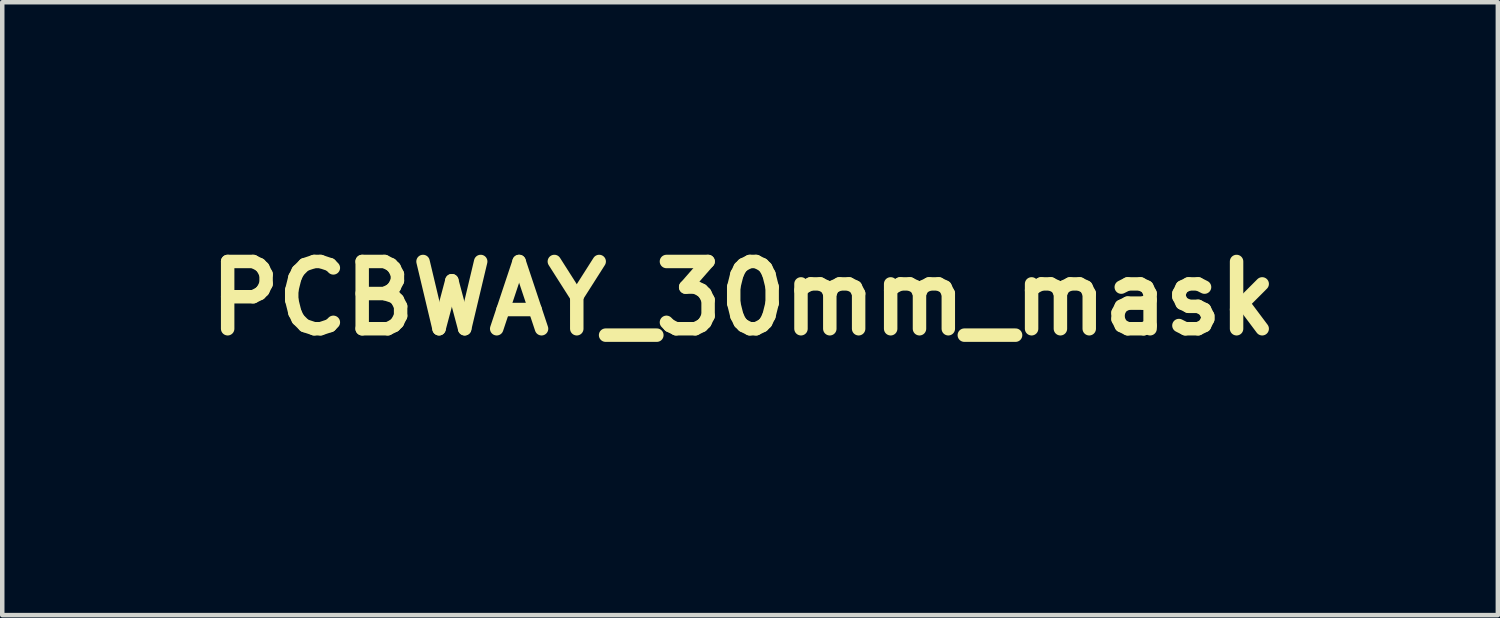
<source format=kicad_pcb>
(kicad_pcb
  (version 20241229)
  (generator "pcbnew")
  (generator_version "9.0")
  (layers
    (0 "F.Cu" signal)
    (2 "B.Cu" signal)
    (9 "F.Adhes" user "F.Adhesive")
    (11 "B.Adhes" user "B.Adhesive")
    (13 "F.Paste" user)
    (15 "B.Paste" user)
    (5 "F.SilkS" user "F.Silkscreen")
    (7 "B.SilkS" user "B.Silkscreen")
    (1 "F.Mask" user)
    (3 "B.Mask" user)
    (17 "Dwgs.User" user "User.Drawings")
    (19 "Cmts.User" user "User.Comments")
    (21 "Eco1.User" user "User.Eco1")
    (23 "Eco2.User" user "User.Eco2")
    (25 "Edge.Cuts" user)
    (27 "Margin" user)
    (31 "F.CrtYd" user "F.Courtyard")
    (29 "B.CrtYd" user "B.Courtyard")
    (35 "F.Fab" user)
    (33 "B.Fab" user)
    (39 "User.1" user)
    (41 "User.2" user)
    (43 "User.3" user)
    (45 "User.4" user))
  (footprint "PCBWAY_30mm_mask"
    (layer "F.Cu")
    (at 13.527 3.603)
    (property "Reference" "PCBWAY_30mm_mask" (at 0 0 0) (layer "F.SilkS") (effects (font (size 1.5 1.5) (thickness 0.3))))
    (attr board_only exclude_from_pos_files exclude_from_bom)
    (fp_poly (pts (xy -11.66 -3.49) (xy -11.242 -3.484) (xy -10.911 -3.477) (xy -10.655 -3.468) (xy -10.462 -3.457) (xy -10.319 -3.442) (xy -10.214 -3.423) (xy -10.133 -3.399) (xy -10.098 -3.385) (xy -9.814 -3.226) (xy -9.6 -3.025) (xy -9.429 -2.755) (xy -9.423 -2.743) (xy -9.343 -2.569) (xy -9.296 -2.421) (xy -9.274 -2.257) (xy -9.268 -2.037) (xy -9.268 -2.018) (xy -9.3 -1.614) (xy -9.397 -1.28) (xy -9.566 -1.006) (xy -9.813 -0.783) (xy -10.054 -0.642) (xy -10.182 -0.581) (xy -10.292 -0.537) (xy -10.406 -0.506) (xy -10.545 -0.485) (xy -10.728 -0.471) (xy -10.977 -0.46) (xy -11.182 -0.453) (xy -11.98 -0.425) (xy -11.99 0.475) (xy -11.999 1.375) (xy -12.476 1.39) (xy -12.686 1.394) (xy -12.857 1.389) (xy -12.965 1.378) (xy -12.989 1.37) (xy -12.997 1.314) (xy -13.003 1.168) (xy -13.009 0.942) (xy -13.015 0.645) (xy -13.019 0.287) (xy -13.023 -0.122) (xy -13.025 -0.571) (xy -13.026 -1.052) (xy -13.026 -1.088) (xy -13.026 -2.65) (xy -11.974 -2.65) (xy -11.974 -1.969) (xy -11.974 -1.287) (xy -11.41 -1.31) (xy -11.081 -1.33) (xy -10.84 -1.364) (xy -10.679 -1.412) (xy -10.669 -1.417) (xy -10.478 -1.555) (xy -10.361 -1.74) (xy -10.314 -1.948) (xy -10.338 -2.16) (xy -10.429 -2.354) (xy -10.586 -2.509) (xy -10.762 -2.591) (xy -10.898 -2.617) (xy -11.101 -2.637) (xy -11.337 -2.648) (xy -11.466 -2.65) (xy -11.974 -2.65) (xy -13.026 -2.65) (xy -13.026 -3.508)) (stroke (width 0) (type solid)) (fill yes) (layer "F.Mask"))
    (fp_poly (pts (xy -6.392 -3.437) (xy -6.107 -3.406) (xy -5.968 -3.377) (xy -5.504 -3.207) (xy -5.093 -2.96) (xy -4.896 -2.795) (xy -4.634 -2.549) (xy -4.935 -2.275) (xy -5.079 -2.147) (xy -5.198 -2.051) (xy -5.27 -2.003) (xy -5.279 -2) (xy -5.339 -2.031) (xy -5.443 -2.108) (xy -5.502 -2.157) (xy -5.652 -2.269) (xy -5.843 -2.385) (xy -5.959 -2.445) (xy -6.244 -2.538) (xy -6.567 -2.581) (xy -6.894 -2.573) (xy -7.189 -2.513) (xy -7.318 -2.462) (xy -7.555 -2.313) (xy -7.778 -2.115) (xy -7.963 -1.894) (xy -8.081 -1.679) (xy -8.089 -1.659) (xy -8.145 -1.401) (xy -8.163 -1.097) (xy -8.144 -0.793) (xy -8.088 -0.54) (xy -7.934 -0.233) (xy -7.711 0.017) (xy -7.432 0.206) (xy -7.114 0.332) (xy -6.77 0.391) (xy -6.416 0.379) (xy -6.066 0.294) (xy -5.736 0.132) (xy -5.587 0.024) (xy -5.446 -0.087) (xy -5.333 -0.167) (xy -5.273 -0.2) (xy -5.272 -0.2) (xy -5.22 -0.167) (xy -5.119 -0.079) (xy -4.988 0.047) (xy -4.959 0.076) (xy -4.823 0.218) (xy -4.748 0.324) (xy -4.738 0.415) (xy -4.797 0.509) (xy -4.929 0.627) (xy -5.098 0.758) (xy -5.373 0.947) (xy -5.638 1.08) (xy -5.92 1.166) (xy -6.25 1.214) (xy -6.563 1.231) (xy -6.948 1.231) (xy -7.238 1.207) (xy -7.38 1.178) (xy -7.824 1.003) (xy -8.215 0.752) (xy -8.545 0.436) (xy -8.803 0.064) (xy -8.978 -0.354) (xy -9.018 -0.505) (xy -9.064 -0.857) (xy -9.06 -1.249) (xy -9.012 -1.641) (xy -8.922 -1.991) (xy -8.891 -2.073) (xy -8.698 -2.421) (xy -8.425 -2.741) (xy -8.09 -3.019) (xy -7.713 -3.238) (xy -7.312 -3.384) (xy -7.264 -3.396) (xy -7.013 -3.432) (xy -6.708 -3.446)) (stroke (width 0) (type solid)) (fill yes) (layer "F.Mask"))
    (fp_poly (pts (xy 8.084 -2.451) (xy 8.497 -2.39) (xy 8.825 -2.297) (xy 9.081 -2.167) (xy 9.276 -1.994) (xy 9.423 -1.77) (xy 9.429 -1.758) (xy 9.462 -1.688) (xy 9.488 -1.618) (xy 9.508 -1.537) (xy 9.522 -1.431) (xy 9.532 -1.289) (xy 9.539 -1.097) (xy 9.542 -0.844) (xy 9.543 -0.517) (xy 9.544 -0.103) (xy 9.544 -0.075) (xy 9.544 1.375) (xy 8.955 1.389) (xy 8.366 1.403) (xy 8.366 1.227) (xy 8.359 1.11) (xy 8.342 1.052) (xy 8.338 1.05) (xy 8.284 1.078) (xy 8.184 1.146) (xy 8.148 1.173) (xy 7.917 1.32) (xy 7.676 1.407) (xy 7.39 1.446) (xy 7.228 1.449) (xy 6.987 1.441) (xy 6.807 1.41) (xy 6.65 1.352) (xy 6.619 1.337) (xy 6.368 1.157) (xy 6.181 0.916) (xy 6.062 0.634) (xy 6.013 0.33) (xy 6.026 0.158) (xy 7.225 0.158) (xy 7.233 0.31) (xy 7.309 0.471) (xy 7.452 0.579) (xy 7.644 0.631) (xy 7.864 0.623) (xy 8.094 0.551) (xy 8.198 0.496) (xy 8.283 0.439) (xy 8.334 0.382) (xy 8.358 0.299) (xy 8.366 0.161) (xy 8.366 0.015) (xy 8.366 -0.362) (xy 8.028 -0.327) (xy 7.691 -0.267) (xy 7.444 -0.167) (xy 7.289 -0.025) (xy 7.225 0.158) (xy 6.026 0.158) (xy 6.037 0.022) (xy 6.139 -0.271) (xy 6.303 -0.511) (xy 6.486 -0.673) (xy 6.719 -0.805) (xy 7.013 -0.911) (xy 7.38 -0.993) (xy 7.83 -1.057) (xy 8.003 -1.075) (xy 8.179 -1.098) (xy 8.308 -1.127) (xy 8.366 -1.156) (xy 8.366 -1.16) (xy 8.327 -1.282) (xy 8.229 -1.414) (xy 8.103 -1.519) (xy 8.034 -1.552) (xy 7.763 -1.604) (xy 7.438 -1.605) (xy 7.091 -1.558) (xy 6.8 -1.481) (xy 6.613 -1.42) (xy 6.462 -1.374) (xy 6.372 -1.351) (xy 6.361 -1.35) (xy 6.339 -1.397) (xy 6.322 -1.526) (xy 6.313 -1.72) (xy 6.312 -1.821) (xy 6.312 -2.293) (xy 6.575 -2.347) (xy 7.134 -2.439) (xy 7.638 -2.472)) (stroke (width 0) (type solid)) (fill yes) (layer "F.Mask"))
    (fp_poly (pts (xy -3.158 -3.552) (xy -2.726 -3.549) (xy -2.381 -3.542) (xy -2.112 -3.532) (xy -1.905 -3.518) (xy -1.75 -3.499) (xy -1.633 -3.474) (xy -1.621 -3.471) (xy -1.299 -3.336) (xy -1.057 -3.143) (xy -0.897 -2.891) (xy -0.816 -2.579) (xy -0.805 -2.42) (xy -0.837 -2.11) (xy -0.934 -1.83) (xy -1.087 -1.602) (xy -1.277 -1.45) (xy -1.377 -1.379) (xy -1.397 -1.325) (xy -1.331 -1.3) (xy -1.319 -1.3) (xy -1.234 -1.274) (xy -1.1 -1.208) (xy -0.987 -1.14) (xy -0.812 -1.009) (xy -0.689 -0.863) (xy -0.611 -0.682) (xy -0.568 -0.446) (xy -0.553 -0.135) (xy -0.552 -0.072) (xy -0.554 0.162) (xy -0.563 0.324) (xy -0.586 0.442) (xy -0.628 0.543) (xy -0.694 0.655) (xy -0.699 0.663) (xy -0.887 0.892) (xy -1.141 1.084) (xy -1.477 1.248) (xy -1.509 1.261) (xy -1.598 1.294) (xy -1.691 1.319) (xy -1.802 1.339) (xy -1.945 1.354) (xy -2.132 1.366) (xy -2.379 1.375) (xy -2.697 1.382) (xy -3.102 1.389) (xy -3.119 1.389) (xy -4.46 1.411) (xy -4.448 -0.75) (xy -3.206 -0.75) (xy -3.206 -0.144) (xy -3.206 0.462) (xy -2.718 0.441) (xy -2.396 0.416) (xy -2.169 0.373) (xy -2.068 0.334) (xy -1.909 0.217) (xy -1.822 0.059) (xy -1.795 -0.161) (xy -1.796 -0.191) (xy -1.827 -0.393) (xy -1.918 -0.544) (xy -2.076 -0.651) (xy -2.31 -0.717) (xy -2.628 -0.747) (xy -2.793 -0.75) (xy -3.206 -0.75) (xy -4.448 -0.75) (xy -4.447 -1.073) (xy -4.442 -1.918) (xy -3.201 -1.918) (xy -3.199 -1.776) (xy -3.186 -1.696) (xy -3.157 -1.658) (xy -3.11 -1.643) (xy -3.095 -1.641) (xy -2.952 -1.634) (xy -2.757 -1.64) (xy -2.559 -1.656) (xy -2.419 -1.678) (xy -2.263 -1.756) (xy -2.155 -1.899) (xy -2.102 -2.077) (xy -2.11 -2.264) (xy -2.187 -2.432) (xy -2.223 -2.473) (xy -2.384 -2.572) (xy -2.615 -2.632) (xy -2.894 -2.646) (xy -2.981 -2.641) (xy -3.181 -2.625) (xy -3.196 -2.141) (xy -3.201 -1.918) (xy -4.442 -1.918) (xy -4.434 -3.557)) (stroke (width 0) (type solid)) (fill yes) (layer "F.Mask"))
    (fp_poly (pts (xy 3.706 -2.939) (xy 3.779 -2.63) (xy 3.866 -2.266) (xy 3.954 -1.892) (xy 4.034 -1.552) (xy 4.041 -1.525) (xy 4.127 -1.161) (xy 4.193 -0.883) (xy 4.243 -0.68) (xy 4.278 -0.542) (xy 4.302 -0.458) (xy 4.318 -0.416) (xy 4.328 -0.406) (xy 4.331 -0.407) (xy 4.346 -0.459) (xy 4.378 -0.595) (xy 4.426 -0.804) (xy 4.486 -1.071) (xy 4.555 -1.385) (xy 4.629 -1.725) (xy 4.708 -2.088) (xy 4.784 -2.434) (xy 4.852 -2.746) (xy 4.909 -3.007) (xy 4.952 -3.2) (xy 4.974 -3.3) (xy 5.037 -3.575) (xy 5.633 -3.589) (xy 5.869 -3.591) (xy 6.069 -3.586) (xy 6.211 -3.575) (xy 6.273 -3.559) (xy 6.283 -3.491) (xy 6.265 -3.351) (xy 6.222 -3.162) (xy 6.218 -3.145) (xy 6.183 -3.013) (xy 6.127 -2.797) (xy 6.053 -2.511) (xy 5.965 -2.167) (xy 5.866 -1.78) (xy 5.76 -1.361) (xy 5.649 -0.926) (xy 5.636 -0.875) (xy 5.528 -0.447) (xy 5.425 -0.044) (xy 5.331 0.324) (xy 5.25 0.645) (xy 5.184 0.905) (xy 5.135 1.095) (xy 5.108 1.202) (xy 5.105 1.212) (xy 5.056 1.4) (xy 4.381 1.4) (xy 4.109 1.399) (xy 3.92 1.395) (xy 3.798 1.386) (xy 3.725 1.367) (xy 3.685 1.338) (xy 3.661 1.295) (xy 3.658 1.288) (xy 3.632 1.208) (xy 3.586 1.046) (xy 3.524 0.819) (xy 3.45 0.542) (xy 3.369 0.23) (xy 3.329 0.075) (xy 3.242 -0.261) (xy 3.159 -0.581) (xy 3.084 -0.866) (xy 3.022 -1.099) (xy 2.978 -1.261) (xy 2.967 -1.3) (xy 2.945 -1.383) (xy 2.928 -1.45) (xy 2.912 -1.493) (xy 2.894 -1.505) (xy 2.873 -1.477) (xy 2.844 -1.402) (xy 2.805 -1.271) (xy 2.753 -1.077) (xy 2.684 -0.811) (xy 2.597 -0.466) (xy 2.487 -0.033) (xy 2.466 0.05) (xy 2.129 1.375) (xy 1.439 1.389) (xy 1.146 1.392) (xy 0.941 1.389) (xy 0.811 1.377) (xy 0.744 1.357) (xy 0.729 1.339) (xy 0.71 1.271) (xy 0.672 1.124) (xy 0.618 0.914) (xy 0.554 0.66) (xy 0.501 0.45) (xy 0.435 0.185) (xy 0.349 -0.156) (xy 0.248 -0.551) (xy 0.139 -0.98) (xy 0.027 -1.421) (xy -0.084 -1.853) (xy -0.103 -1.929) (xy -0.2 -2.309) (xy -0.288 -2.659) (xy -0.365 -2.967) (xy -0.428 -3.221) (xy -0.473 -3.409) (xy -0.497 -3.519) (xy -0.501 -3.542) (xy -0.465 -3.568) (xy -0.353 -3.586) (xy -0.157 -3.596) (xy 0.132 -3.6) (xy 0.149 -3.6) (xy 0.415 -3.599) (xy 0.597 -3.595) (xy 0.712 -3.585) (xy 0.778 -3.566) (xy 0.81 -3.536) (xy 0.825 -3.491) (xy 0.826 -3.488) (xy 0.843 -3.411) (xy 0.876 -3.25) (xy 0.925 -3.018) (xy 0.985 -2.727) (xy 1.054 -2.391) (xy 1.13 -2.023) (xy 1.154 -1.903) (xy 1.23 -1.533) (xy 1.301 -1.196) (xy 1.362 -0.905) (xy 1.413 -0.67) (xy 1.45 -0.505) (xy 1.47 -0.421) (xy 1.473 -0.413) (xy 1.489 -0.456) (xy 1.525 -0.584) (xy 1.58 -0.787) (xy 1.65 -1.054) (xy 1.733 -1.373) (xy 1.824 -1.733) (xy 1.888 -1.986) (xy 2.285 -3.575) (xy 2.917 -3.589) (xy 3.548 -3.603)) (stroke (width 0) (type solid)) (fill yes) (layer "F.Mask"))
    (fp_poly (pts (xy 10.108 -2.362) (xy 10.387 -2.355) (xy 10.578 -2.341) (xy 10.69 -2.319) (xy 10.733 -2.29) (xy 10.758 -2.229) (xy 10.808 -2.09) (xy 10.878 -1.89) (xy 10.962 -1.647) (xy 11.055 -1.376) (xy 11.15 -1.094) (xy 11.243 -0.819) (xy 11.327 -0.567) (xy 11.398 -0.353) (xy 11.448 -0.197) (xy 11.473 -0.113) (xy 11.475 -0.104) (xy 11.49 -0.139) (xy 11.531 -0.258) (xy 11.595 -0.45) (xy 11.677 -0.704) (xy 11.775 -1.009) (xy 11.884 -1.354) (xy 12.002 -1.726) (xy 12.06 -1.913) (xy 12.197 -2.35) (xy 12.812 -2.35) (xy 13.047 -2.348) (xy 13.24 -2.343) (xy 13.373 -2.335) (xy 13.426 -2.325) (xy 13.426 -2.325) (xy 13.41 -2.27) (xy 13.364 -2.144) (xy 13.299 -1.969) (xy 13.258 -1.862) (xy 13.15 -1.58) (xy 13.026 -1.252) (xy 12.891 -0.891) (xy 12.747 -0.506) (xy 12.6 -0.11) (xy 12.454 0.287) (xy 12.312 0.674) (xy 12.178 1.039) (xy 12.058 1.371) (xy 11.953 1.66) (xy 11.87 1.895) (xy 11.812 2.063) (xy 11.782 2.155) (xy 11.779 2.168) (xy 11.833 2.178) (xy 11.97 2.197) (xy 12.177 2.224) (xy 12.438 2.256) (xy 12.738 2.292) (xy 12.813 2.301) (xy 13.118 2.338) (xy 13.387 2.375) (xy 13.604 2.409) (xy 13.755 2.437) (xy 13.824 2.457) (xy 13.827 2.461) (xy 13.809 2.5) (xy 13.748 2.526) (xy 13.632 2.54) (xy 13.452 2.541) (xy 13.195 2.53) (xy 12.852 2.509) (xy 12.78 2.504) (xy 12.485 2.483) (xy 12.217 2.464) (xy 11.996 2.448) (xy 11.84 2.437) (xy 11.775 2.433) (xy 11.682 2.448) (xy 11.626 2.526) (xy 11.605 2.587) (xy 11.558 2.75) (xy 10.914 2.75) (xy 10.673 2.748) (xy 10.474 2.743) (xy 10.333 2.735) (xy 10.272 2.725) (xy 10.27 2.723) (xy 10.288 2.664) (xy 10.332 2.551) (xy 10.346 2.516) (xy 10.391 2.398) (xy 10.409 2.327) (xy 10.407 2.32) (xy 10.349 2.306) (xy 10.202 2.287) (xy 9.98 2.264) (xy 9.694 2.237) (xy 9.357 2.208) (xy 8.981 2.178) (xy 8.578 2.149) (xy 8.216 2.124) (xy 6.87 2.057) (xy 5.44 2.027) (xy 3.937 2.035) (xy 2.368 2.08) (xy 0.745 2.161) (xy -0.925 2.278) (xy -2.632 2.431) (xy -4.365 2.62) (xy -4.634 2.652) (xy -5.556 2.767) (xy -6.438 2.884) (xy -7.303 3.006) (xy -8.175 3.138) (xy -9.078 3.283) (xy -10.034 3.444) (xy -10.921 3.599) (xy -11.469 3.697) (xy -11.965 3.786) (xy -12.4 3.866) (xy -12.767 3.934) (xy -13.056 3.989) (xy -13.259 4.03) (xy -13.317 4.042) (xy -13.466 4.065) (xy -13.525 4.046) (xy -13.527 4.038) (xy -13.518 3.965) (xy -13.496 3.825) (xy -13.468 3.667) (xy -13.428 3.485) (xy -13.385 3.38) (xy -13.33 3.331) (xy -13.305 3.323) (xy -13.128 3.287) (xy -12.864 3.237) (xy -12.528 3.178) (xy -12.132 3.11) (xy -11.689 3.037) (xy -11.212 2.959) (xy -10.715 2.88) (xy -10.21 2.801) (xy -9.711 2.724) (xy -9.231 2.652) (xy -8.782 2.586) (xy -8.379 2.529) (xy -8.166 2.501) (xy -6.185 2.256) (xy -4.273 2.058) (xy -2.41 1.906) (xy -0.576 1.798) (xy 1.247 1.733) (xy 3.079 1.71) (xy 4.075 1.715) (xy 4.865 1.725) (xy 5.572 1.737) (xy 6.213 1.753) (xy 6.804 1.773) (xy 7.362 1.798) (xy 7.905 1.828) (xy 8.449 1.865) (xy 9.011 1.909) (xy 9.609 1.962) (xy 9.719 1.972) (xy 9.988 1.994) (xy 10.22 2.009) (xy 10.398 2.016) (xy 10.505 2.015) (xy 10.526 2.009) (xy 10.558 1.949) (xy 10.614 1.821) (xy 10.682 1.651) (xy 10.693 1.624) (xy 10.828 1.272) (xy 10.452 0.274) (xy 10.314 -0.092) (xy 10.163 -0.491) (xy 10.012 -0.889) (xy 9.873 -1.255) (xy 9.772 -1.52) (xy 9.673 -1.783) (xy 9.591 -2.012) (xy 9.531 -2.192) (xy 9.497 -2.307) (xy 9.494 -2.342) (xy 9.551 -2.351) (xy 9.688 -2.358) (xy 9.884 -2.362)) (stroke (width 0) (type solid)) (fill yes) (layer "F.Mask")))
  (gr_rect
    (start -3 -3)
    (end 30.354 10.668)
    (stroke (width 0.1) (type default))
    (fill no)
    (layer "Edge.Cuts")))
</source>
